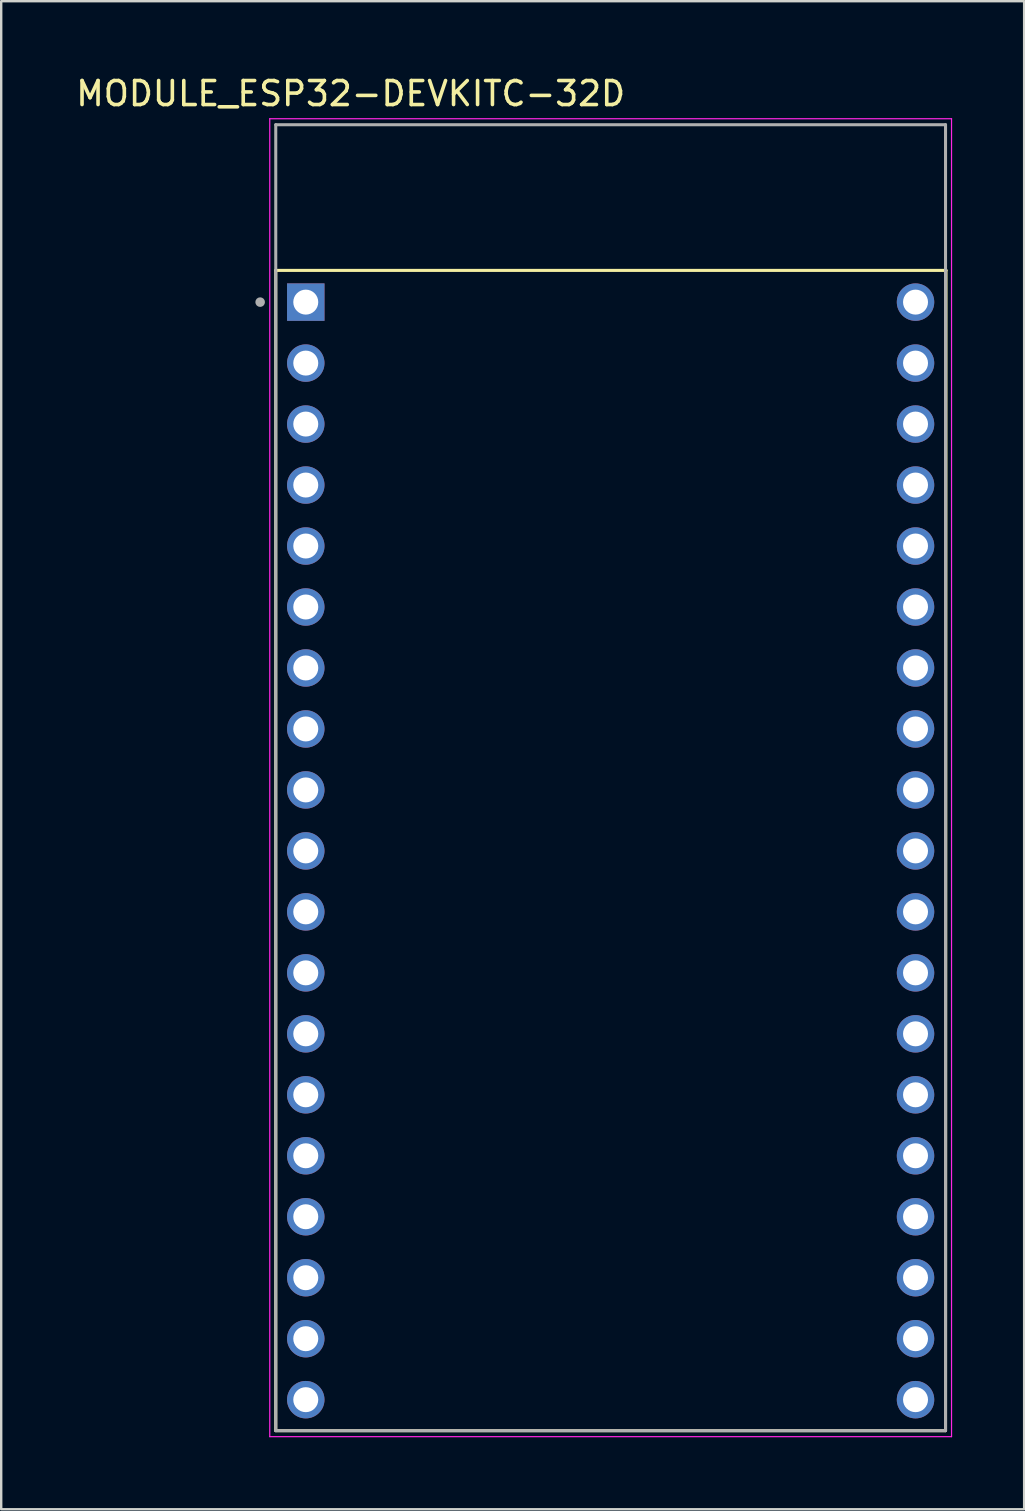
<source format=kicad_pcb>
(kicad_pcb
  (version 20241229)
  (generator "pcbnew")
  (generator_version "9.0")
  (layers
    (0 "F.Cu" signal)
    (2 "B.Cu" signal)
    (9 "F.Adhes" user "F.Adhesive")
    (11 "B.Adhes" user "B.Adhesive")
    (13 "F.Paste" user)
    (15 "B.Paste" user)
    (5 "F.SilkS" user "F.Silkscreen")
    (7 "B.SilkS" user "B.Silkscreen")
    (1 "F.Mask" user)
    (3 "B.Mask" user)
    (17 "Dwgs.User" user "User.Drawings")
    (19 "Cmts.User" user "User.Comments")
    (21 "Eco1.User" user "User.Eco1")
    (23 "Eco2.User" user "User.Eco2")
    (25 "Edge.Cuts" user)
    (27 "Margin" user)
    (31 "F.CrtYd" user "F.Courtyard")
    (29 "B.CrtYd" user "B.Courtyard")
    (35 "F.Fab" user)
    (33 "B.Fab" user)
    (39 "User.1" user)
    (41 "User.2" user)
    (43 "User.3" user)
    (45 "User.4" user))
  (footprint "MODULE_ESP32-DEVKITC-32D"
    (layer "F.Cu")
    (at 22.387 29.295)
    (property "Reference" "MODULE_ESP32-DEVKITC-32D" (at -10.829 -28.446 0) (layer "F.SilkS") (effects (font (size 1 1) (thickness 0.15))))
    (attr through_hole)
    (fp_line (start -13.95 -21.082) (end 13.97 -21.082) (stroke (width 0.127) (type solid)) (layer "F.SilkS"))
    (fp_line (start -13.95 27.25) (end -13.95 -21.082) (stroke (width 0.127) (type solid)) (layer "F.SilkS"))
    (fp_line (start 13.95 27.25) (end -13.95 27.25) (stroke (width 0.127) (type solid)) (layer "F.SilkS"))
    (fp_line (start 13.97 -21.082) (end 13.95 27.25) (stroke (width 0.127) (type solid)) (layer "F.SilkS"))
    (fp_line (start -14.2 -27.4) (end 14.2 -27.4) (stroke (width 0.05) (type solid)) (layer "F.CrtYd"))
    (fp_line (start -14.2 27.5) (end -14.2 -27.4) (stroke (width 0.05) (type solid)) (layer "F.CrtYd"))
    (fp_line (start 14.2 -27.4) (end 14.2 27.5) (stroke (width 0.05) (type solid)) (layer "F.CrtYd"))
    (fp_line (start 14.2 27.5) (end -14.2 27.5) (stroke (width 0.05) (type solid)) (layer "F.CrtYd"))
    (fp_line (start -13.95 -27.15) (end 13.95 -27.15) (stroke (width 0.127) (type solid)) (layer "F.Fab"))
    (fp_line (start -13.95 27.25) (end -13.95 -27.15) (stroke (width 0.127) (type solid)) (layer "F.Fab"))
    (fp_line (start 13.95 -27.15) (end 13.95 27.25) (stroke (width 0.127) (type solid)) (layer "F.Fab"))
    (fp_line (start 13.95 27.25) (end -13.95 27.25) (stroke (width 0.127) (type solid)) (layer "F.Fab"))
    (fp_circle (center -14.6 -19.76) (end -14.5 -19.76) (stroke (width 0.2) (type solid)) (fill no) (layer "F.Fab"))
    (pad "J2-1" thru_hole rect (at -12.7 -19.76) (size 1.56 1.56) (drill 1.04) (layers "*.Cu" "*.Mask"))
    (pad "J2-2" thru_hole circle (at -12.7 -17.22) (size 1.56 1.56) (drill 1.04) (layers "*.Cu" "*.Mask"))
    (pad "J2-3" thru_hole circle (at -12.7 -14.68) (size 1.56 1.56) (drill 1.04) (layers "*.Cu" "*.Mask"))
    (pad "J2-4" thru_hole circle (at -12.7 -12.14) (size 1.56 1.56) (drill 1.04) (layers "*.Cu" "*.Mask"))
    (pad "J2-5" thru_hole circle (at -12.7 -9.6) (size 1.56 1.56) (drill 1.04) (layers "*.Cu" "*.Mask"))
    (pad "J2-6" thru_hole circle (at -12.7 -7.06) (size 1.56 1.56) (drill 1.04) (layers "*.Cu" "*.Mask"))
    (pad "J2-7" thru_hole circle (at -12.7 -4.52) (size 1.56 1.56) (drill 1.04) (layers "*.Cu" "*.Mask"))
    (pad "J2-8" thru_hole circle (at -12.7 -1.98) (size 1.56 1.56) (drill 1.04) (layers "*.Cu" "*.Mask"))
    (pad "J2-9" thru_hole circle (at -12.7 0.56) (size 1.56 1.56) (drill 1.04) (layers "*.Cu" "*.Mask"))
    (pad "J2-10" thru_hole circle (at -12.7 3.1) (size 1.56 1.56) (drill 1.04) (layers "*.Cu" "*.Mask"))
    (pad "J2-11" thru_hole circle (at -12.7 5.64) (size 1.56 1.56) (drill 1.04) (layers "*.Cu" "*.Mask"))
    (pad "J2-12" thru_hole circle (at -12.7 8.18) (size 1.56 1.56) (drill 1.04) (layers "*.Cu" "*.Mask"))
    (pad "J2-13" thru_hole circle (at -12.7 10.72) (size 1.56 1.56) (drill 1.04) (layers "*.Cu" "*.Mask"))
    (pad "J2-14" thru_hole circle (at -12.7 13.26) (size 1.56 1.56) (drill 1.04) (layers "*.Cu" "*.Mask"))
    (pad "J2-15" thru_hole circle (at -12.7 15.8) (size 1.56 1.56) (drill 1.04) (layers "*.Cu" "*.Mask"))
    (pad "J2-16" thru_hole circle (at -12.7 18.34) (size 1.56 1.56) (drill 1.04) (layers "*.Cu" "*.Mask"))
    (pad "J2-17" thru_hole circle (at -12.7 20.88) (size 1.56 1.56) (drill 1.04) (layers "*.Cu" "*.Mask"))
    (pad "J2-18" thru_hole circle (at -12.7 23.42) (size 1.56 1.56) (drill 1.04) (layers "*.Cu" "*.Mask"))
    (pad "J2-19" thru_hole circle (at -12.7 25.96) (size 1.56 1.56) (drill 1.04) (layers "*.Cu" "*.Mask"))
    (pad "J3-1" thru_hole circle (at 12.7 -19.76) (size 1.56 1.56) (drill 1.04) (layers "*.Cu" "*.Mask"))
    (pad "J3-2" thru_hole circle (at 12.7 -17.22) (size 1.56 1.56) (drill 1.04) (layers "*.Cu" "*.Mask"))
    (pad "J3-3" thru_hole circle (at 12.7 -14.68) (size 1.56 1.56) (drill 1.04) (layers "*.Cu" "*.Mask"))
    (pad "J3-4" thru_hole circle (at 12.7 -12.14) (size 1.56 1.56) (drill 1.04) (layers "*.Cu" "*.Mask"))
    (pad "J3-5" thru_hole circle (at 12.7 -9.6) (size 1.56 1.56) (drill 1.04) (layers "*.Cu" "*.Mask"))
    (pad "J3-6" thru_hole circle (at 12.7 -7.06) (size 1.56 1.56) (drill 1.04) (layers "*.Cu" "*.Mask"))
    (pad "J3-7" thru_hole circle (at 12.7 -4.52) (size 1.56 1.56) (drill 1.04) (layers "*.Cu" "*.Mask"))
    (pad "J3-8" thru_hole circle (at 12.7 -1.98) (size 1.56 1.56) (drill 1.04) (layers "*.Cu" "*.Mask"))
    (pad "J3-9" thru_hole circle (at 12.7 0.56) (size 1.56 1.56) (drill 1.04) (layers "*.Cu" "*.Mask"))
    (pad "J3-10" thru_hole circle (at 12.7 3.1) (size 1.56 1.56) (drill 1.04) (layers "*.Cu" "*.Mask"))
    (pad "J3-11" thru_hole circle (at 12.7 5.64) (size 1.56 1.56) (drill 1.04) (layers "*.Cu" "*.Mask"))
    (pad "J3-12" thru_hole circle (at 12.7 8.18) (size 1.56 1.56) (drill 1.04) (layers "*.Cu" "*.Mask"))
    (pad "J3-13" thru_hole circle (at 12.7 10.72) (size 1.56 1.56) (drill 1.04) (layers "*.Cu" "*.Mask"))
    (pad "J3-14" thru_hole circle (at 12.7 13.26) (size 1.56 1.56) (drill 1.04) (layers "*.Cu" "*.Mask"))
    (pad "J3-15" thru_hole circle (at 12.7 15.8) (size 1.56 1.56) (drill 1.04) (layers "*.Cu" "*.Mask"))
    (pad "J3-16" thru_hole circle (at 12.7 18.34) (size 1.56 1.56) (drill 1.04) (layers "*.Cu" "*.Mask"))
    (pad "J3-17" thru_hole circle (at 12.7 20.88) (size 1.56 1.56) (drill 1.04) (layers "*.Cu" "*.Mask"))
    (pad "J3-18" thru_hole circle (at 12.7 23.42) (size 1.56 1.56) (drill 1.04) (layers "*.Cu" "*.Mask"))
    (pad "J3-19" thru_hole circle (at 12.7 25.96) (size 1.56 1.56) (drill 1.04) (layers "*.Cu" "*.Mask")))
  (gr_rect
    (start -3 -3)
    (end 39.612 59.82)
    (stroke (width 0.1) (type default))
    (fill no)
    (layer "Edge.Cuts")))
</source>
